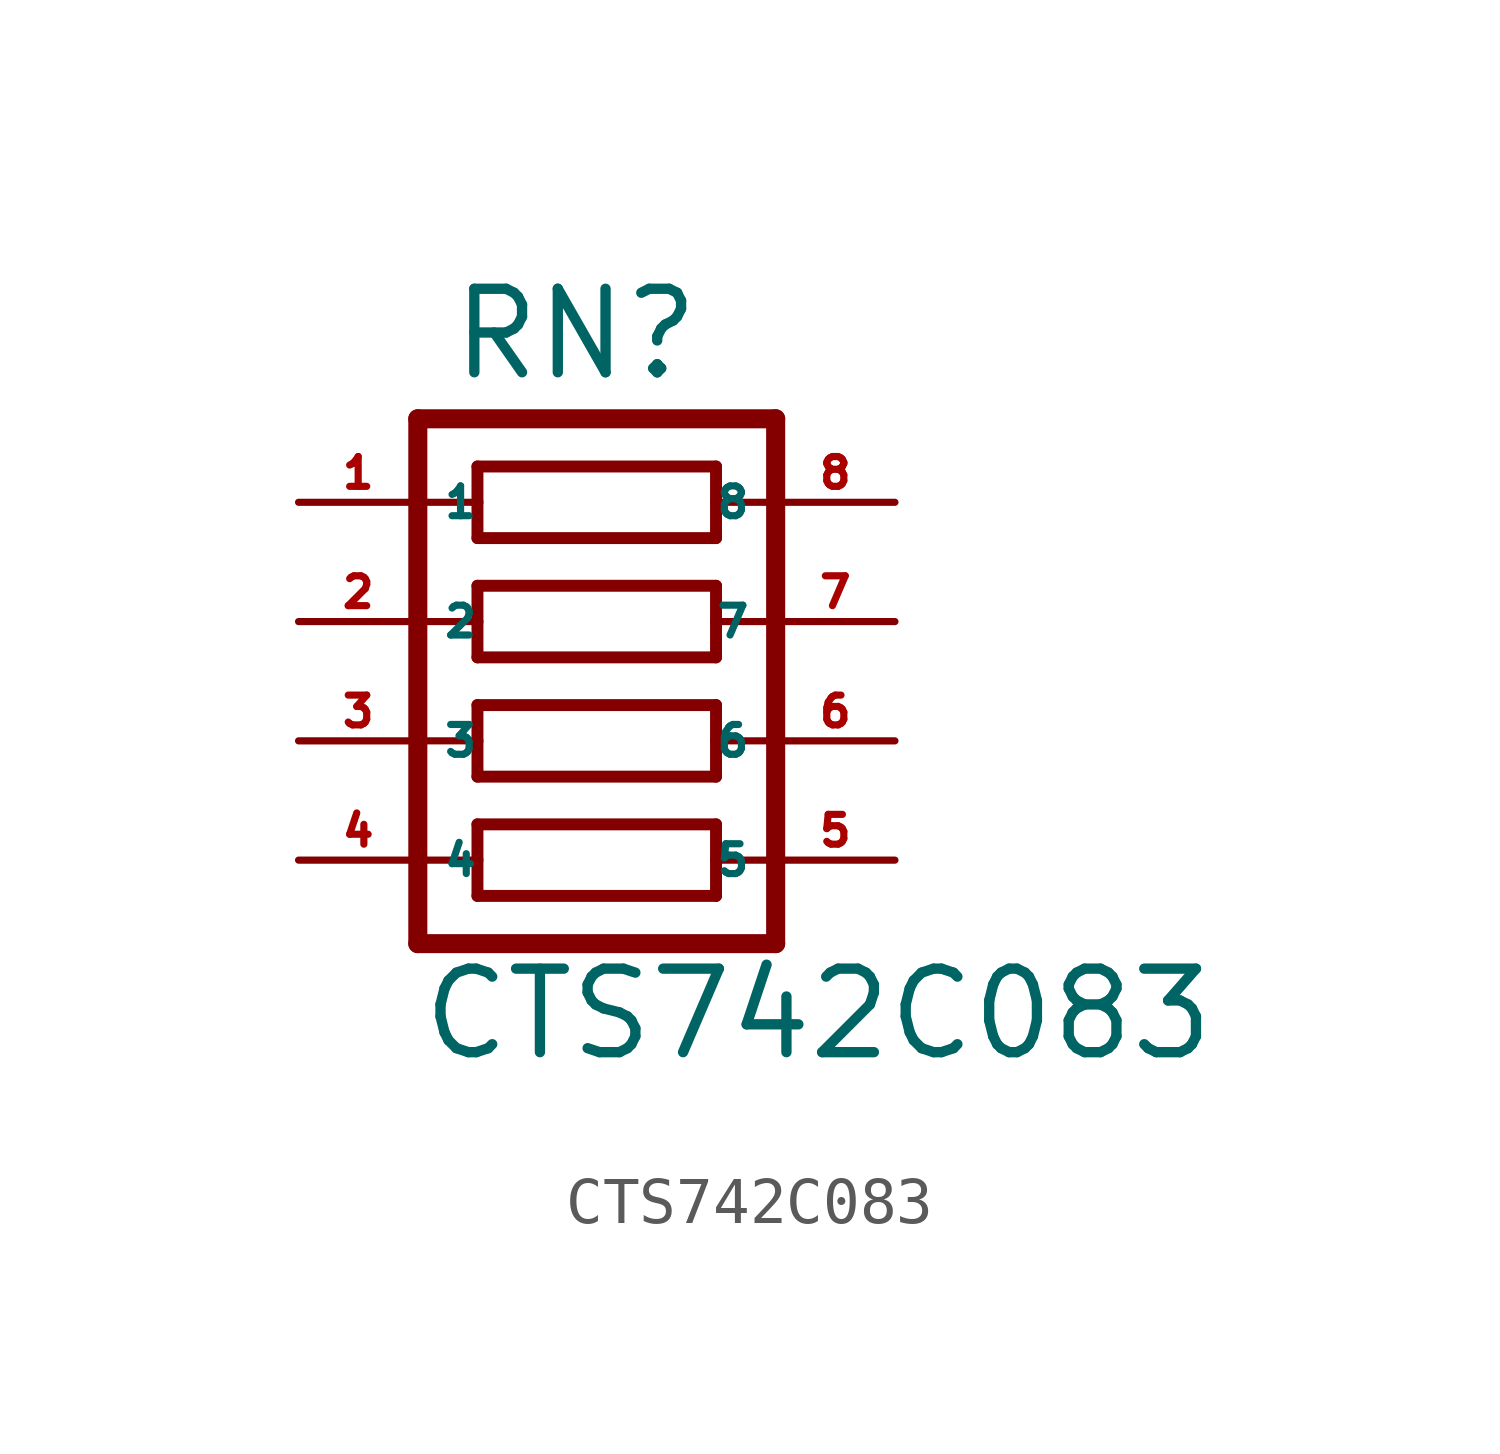
<source format=kicad_sym>
(kicad_symbol_lib
  (version 20220914)
  (generator Eagle2Kicad)
  (symbol "CTS742C083"
    (property "Reference" "RN"
      (at -1.905 5.08 0)
      (effects (font (size 1.778 1.778) (thickness 0.22)) (justify left bottom)))
    (property "Value" "CTS742C083"
      (at -2.54 -9.398 0)
      (effects (font (size 1.778 1.778) (thickness 0.22)) (justify left bottom)))
    (polyline
      (pts (xy -1.27 1.778) (xy 3.81 1.778))
      (stroke (width 0.254) (type default))
      (fill (type none)))
    (polyline
      (pts (xy 3.81 3.302) (xy -1.27 3.302))
      (stroke (width 0.254) (type default))
      (fill (type none)))
    (polyline
      (pts (xy 3.81 1.778) (xy 3.81 2.54))
      (stroke (width 0.254) (type default))
      (fill (type none)))
    (polyline
      (pts (xy -1.27 3.302) (xy -1.27 2.54))
      (stroke (width 0.254) (type default))
      (fill (type none)))
    (polyline
      (pts (xy -1.27 2.54) (xy -2.54 2.54))
      (stroke (width 0.152) (type default))
      (fill (type none)))
    (polyline
      (pts (xy -1.27 2.54) (xy -1.27 1.778))
      (stroke (width 0.254) (type default))
      (fill (type none)))
    (polyline
      (pts (xy 3.81 2.54) (xy 3.81 3.302))
      (stroke (width 0.254) (type default))
      (fill (type none)))
    (polyline
      (pts (xy 5.08 0) (xy 3.81 0))
      (stroke (width 0.152) (type default))
      (fill (type none)))
    (polyline
      (pts (xy 5.08 -2.54) (xy 3.81 -2.54))
      (stroke (width 0.152) (type default))
      (fill (type none)))
    (polyline
      (pts (xy 5.08 -5.08) (xy 3.81 -5.08))
      (stroke (width 0.152) (type default))
      (fill (type none)))
    (polyline
      (pts (xy -2.54 -5.08) (xy -1.27 -5.08))
      (stroke (width 0.152) (type default))
      (fill (type none)))
    (polyline
      (pts (xy -2.54 -2.54) (xy -1.27 -2.54))
      (stroke (width 0.152) (type default))
      (fill (type none)))
    (polyline
      (pts (xy -2.54 0) (xy -1.27 0))
      (stroke (width 0.152) (type default))
      (fill (type none)))
    (polyline
      (pts (xy -1.27 0) (xy -1.27 -0.762))
      (stroke (width 0.254) (type default))
      (fill (type none)))
    (polyline
      (pts (xy -1.27 0.762) (xy -1.27 0))
      (stroke (width 0.254) (type default))
      (fill (type none)))
    (polyline
      (pts (xy 3.81 -0.762) (xy 3.81 0))
      (stroke (width 0.254) (type default))
      (fill (type none)))
    (polyline
      (pts (xy 3.81 0) (xy 3.81 0.762))
      (stroke (width 0.254) (type default))
      (fill (type none)))
    (polyline
      (pts (xy -1.27 -0.762) (xy 3.81 -0.762))
      (stroke (width 0.254) (type default))
      (fill (type none)))
    (polyline
      (pts (xy 3.81 0.762) (xy -1.27 0.762))
      (stroke (width 0.254) (type default))
      (fill (type none)))
    (polyline
      (pts (xy -1.27 -3.302) (xy 3.81 -3.302))
      (stroke (width 0.254) (type default))
      (fill (type none)))
    (polyline
      (pts (xy -1.27 -5.842) (xy 3.81 -5.842))
      (stroke (width 0.254) (type default))
      (fill (type none)))
    (polyline
      (pts (xy 3.81 -1.778) (xy -1.27 -1.778))
      (stroke (width 0.254) (type default))
      (fill (type none)))
    (polyline
      (pts (xy 3.81 -4.318) (xy -1.27 -4.318))
      (stroke (width 0.254) (type default))
      (fill (type none)))
    (polyline
      (pts (xy 3.81 -3.302) (xy 3.81 -2.54))
      (stroke (width 0.254) (type default))
      (fill (type none)))
    (polyline
      (pts (xy 3.81 -5.842) (xy 3.81 -5.08))
      (stroke (width 0.254) (type default))
      (fill (type none)))
    (polyline
      (pts (xy 3.81 -2.54) (xy 3.81 -1.778))
      (stroke (width 0.254) (type default))
      (fill (type none)))
    (polyline
      (pts (xy 3.81 -5.08) (xy 3.81 -4.318))
      (stroke (width 0.254) (type default))
      (fill (type none)))
    (polyline
      (pts (xy -1.27 -2.54) (xy -1.27 -3.302))
      (stroke (width 0.254) (type default))
      (fill (type none)))
    (polyline
      (pts (xy -1.27 -5.08) (xy -1.27 -5.842))
      (stroke (width 0.254) (type default))
      (fill (type none)))
    (polyline
      (pts (xy -1.27 -1.778) (xy -1.27 -2.54))
      (stroke (width 0.254) (type default))
      (fill (type none)))
    (polyline
      (pts (xy -1.27 -4.318) (xy -1.27 -5.08))
      (stroke (width 0.254) (type default))
      (fill (type none)))
    (polyline
      (pts (xy 5.08 4.318) (xy -2.54 4.318))
      (stroke (width 0.406) (type default))
      (fill (type none)))
    (polyline
      (pts (xy 5.08 -6.858) (xy -2.54 -6.858))
      (stroke (width 0.406) (type default))
      (fill (type none)))
    (polyline
      (pts (xy -2.54 4.318) (xy -2.54 -6.858))
      (stroke (width 0.406) (type default))
      (fill (type none)))
    (polyline
      (pts (xy 3.81 2.54) (xy 5.08 2.54))
      (stroke (width 0.152) (type default))
      (fill (type none)))
    (polyline
      (pts (xy 5.08 4.318) (xy 5.08 -6.858))
      (stroke (width 0.406) (type default))
      (fill (type none)))
    (pin passive line
      (at -5.08 0 0)
      (length 2.54)
      (name "2" (effects (font (size 0.635 0.635) (thickness 0.08)) (justify left bottom)))
      (number "2" (effects (font (size 0.635 0.635) (thickness 0.08)) (justify left bottom))))
    (pin passive line
      (at -5.08 -2.54 0)
      (length 2.54)
      (name "3" (effects (font (size 0.635 0.635) (thickness 0.08)) (justify left bottom)))
      (number "3" (effects (font (size 0.635 0.635) (thickness 0.08)) (justify left bottom))))
    (pin passive line
      (at -5.08 -5.08 0)
      (length 2.54)
      (name "4" (effects (font (size 0.635 0.635) (thickness 0.08)) (justify left bottom)))
      (number "4" (effects (font (size 0.635 0.635) (thickness 0.08)) (justify left bottom))))
    (pin passive line
      (at 7.62 -5.08 180)
      (length 2.54)
      (name "5" (effects (font (size 0.635 0.635) (thickness 0.08)) (justify left bottom)))
      (number "5" (effects (font (size 0.635 0.635) (thickness 0.08)) (justify left bottom))))
    (pin passive line
      (at 7.62 -2.54 180)
      (length 2.54)
      (name "6" (effects (font (size 0.635 0.635) (thickness 0.08)) (justify left bottom)))
      (number "6" (effects (font (size 0.635 0.635) (thickness 0.08)) (justify left bottom))))
    (pin passive line
      (at 7.62 0 180)
      (length 2.54)
      (name "7" (effects (font (size 0.635 0.635) (thickness 0.08)) (justify left bottom)))
      (number "7" (effects (font (size 0.635 0.635) (thickness 0.08)) (justify left bottom))))
    (pin passive line
      (at -5.08 2.54 0)
      (length 2.54)
      (name "1" (effects (font (size 0.635 0.635) (thickness 0.08)) (justify left bottom)))
      (number "1" (effects (font (size 0.635 0.635) (thickness 0.08)) (justify left bottom))))
    (pin passive line
      (at 7.62 2.54 180)
      (length 2.54)
      (name "8" (effects (font (size 0.635 0.635) (thickness 0.08)) (justify left bottom)))
      (number "8" (effects (font (size 0.635 0.635) (thickness 0.08)) (justify left bottom))))))
</source>
